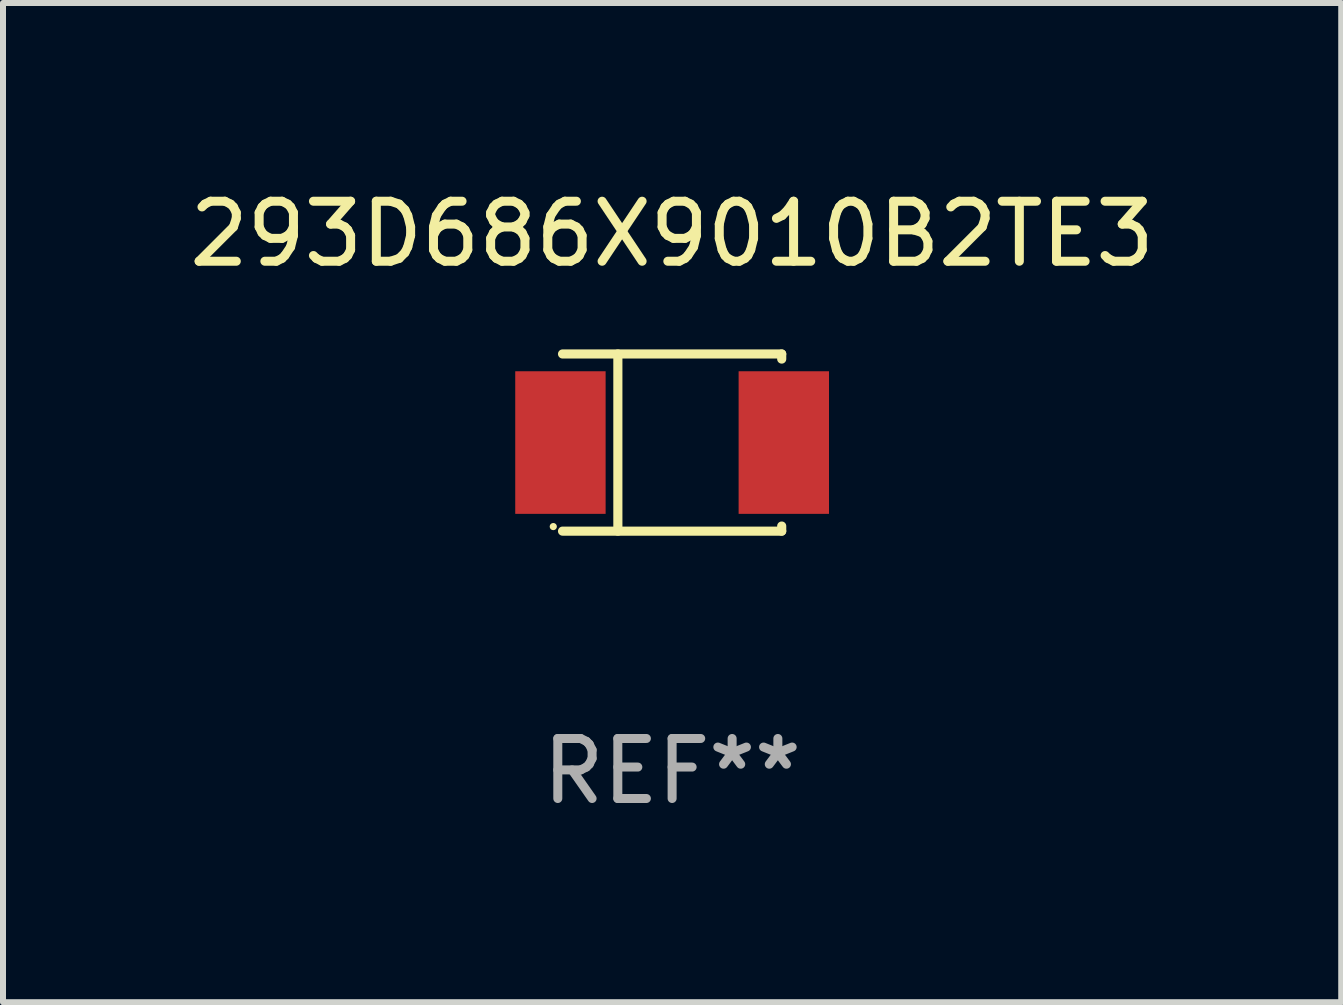
<source format=kicad_pcb>
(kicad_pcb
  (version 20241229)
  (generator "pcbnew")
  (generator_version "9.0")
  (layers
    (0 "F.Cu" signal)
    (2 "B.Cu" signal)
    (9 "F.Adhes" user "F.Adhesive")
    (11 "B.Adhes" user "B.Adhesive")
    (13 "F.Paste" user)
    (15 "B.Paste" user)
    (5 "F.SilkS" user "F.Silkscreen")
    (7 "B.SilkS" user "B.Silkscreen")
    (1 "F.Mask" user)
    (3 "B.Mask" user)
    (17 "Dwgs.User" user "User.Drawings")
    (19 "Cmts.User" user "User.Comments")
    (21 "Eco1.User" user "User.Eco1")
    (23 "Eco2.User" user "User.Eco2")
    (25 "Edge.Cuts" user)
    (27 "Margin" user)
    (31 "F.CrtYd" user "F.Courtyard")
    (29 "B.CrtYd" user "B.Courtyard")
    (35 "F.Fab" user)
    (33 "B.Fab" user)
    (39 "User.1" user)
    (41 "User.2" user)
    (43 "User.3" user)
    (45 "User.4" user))
  (footprint "293D686X9010B2TE3"
    (layer "F.Cu")
    (at 8.149 4.324)
    (property "Reference" "293D686X9010B2TE3" (at 0 -3.476 0) (layer "F.SilkS") (effects (font (size 1 1) (thickness 0.15))))
    (attr through_hole)
    (fp_line (start -0.904 1.476) (end -0.904 -1.476) (stroke (width 0.152) (type solid)) (layer "F.SilkS"))
    (fp_line (start 1.826 -1.476) (end -1.826 -1.476) (stroke (width 0.152) (type solid)) (layer "F.SilkS"))
    (fp_line (start 1.826 -1.476) (end 1.826 -1.391) (stroke (width 0.152) (type solid)) (layer "F.SilkS"))
    (fp_line (start 1.826 1.476) (end -1.826 1.476) (stroke (width 0.152) (type solid)) (layer "F.SilkS"))
    (fp_line (start 1.826 1.476) (end 1.826 1.391) (stroke (width 0.152) (type solid)) (layer "F.SilkS"))
    (fp_circle (center -1.98 1.4) (end -1.95 1.4) (stroke (width 0.06) (type solid)) (fill no) (layer "F.SilkS"))
    (fp_text user "REF**" (at 0 5.476 0) (layer "F.Fab") (effects (font (size 1 1) (thickness 0.15))))
    (pad "1" smd rect (at -1.861 0 180) (size 1.506 2.376) (layers "F.Cu" "F.Mask" "F.Paste"))
    (pad "2" smd rect (at 1.861 0 180) (size 1.506 2.376) (layers "F.Cu" "F.Mask" "F.Paste")))
  (gr_rect
    (start -3 -3)
    (end 19.298 13.649)
    (stroke (width 0.1) (type default))
    (fill no)
    (layer "Edge.Cuts")))
</source>
